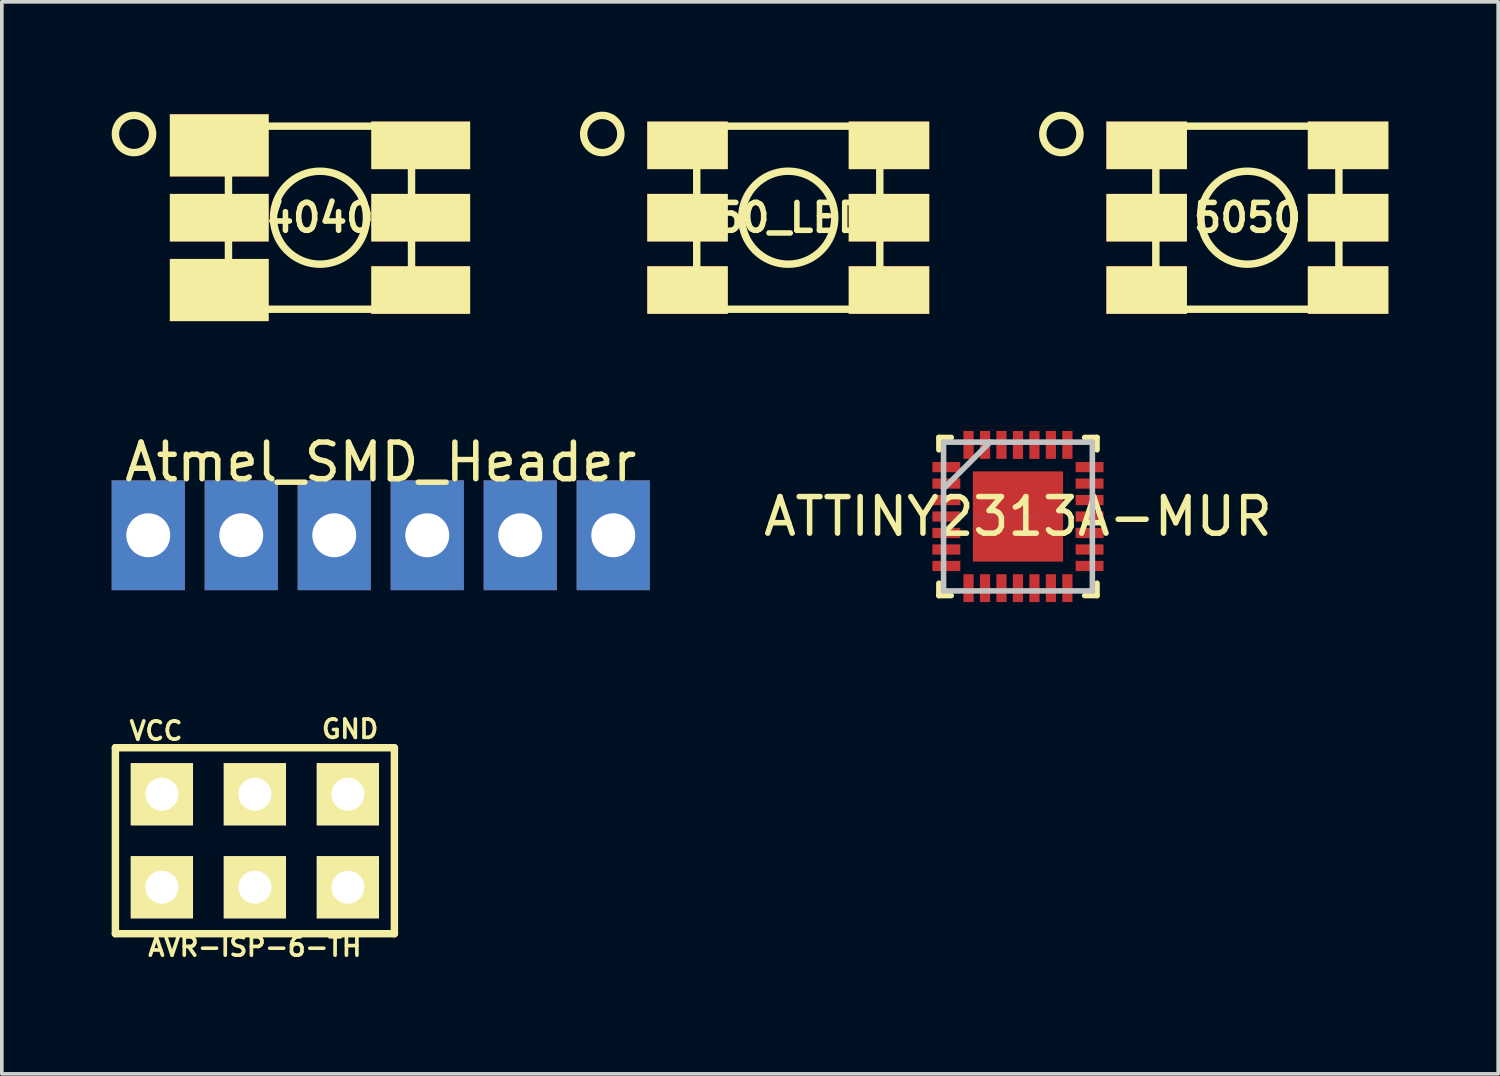
<source format=kicad_pcb>
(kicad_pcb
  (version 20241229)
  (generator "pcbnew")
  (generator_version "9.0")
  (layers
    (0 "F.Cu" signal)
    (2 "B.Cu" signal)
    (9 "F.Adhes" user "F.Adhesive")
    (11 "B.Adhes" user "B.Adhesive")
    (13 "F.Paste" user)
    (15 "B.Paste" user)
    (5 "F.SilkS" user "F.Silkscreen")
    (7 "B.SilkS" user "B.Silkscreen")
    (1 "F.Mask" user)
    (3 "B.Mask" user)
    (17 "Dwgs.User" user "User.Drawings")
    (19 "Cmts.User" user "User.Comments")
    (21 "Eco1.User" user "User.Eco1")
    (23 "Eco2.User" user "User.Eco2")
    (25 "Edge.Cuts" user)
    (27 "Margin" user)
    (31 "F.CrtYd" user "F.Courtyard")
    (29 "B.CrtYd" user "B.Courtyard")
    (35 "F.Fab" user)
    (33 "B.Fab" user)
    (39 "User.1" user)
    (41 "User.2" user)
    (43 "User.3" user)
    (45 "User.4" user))
  (footprint "4040"
    (layer "F.Cu")
    (at 5.69 2.896)
    (property "Reference" "4040" (at 0 0 0) (layer "F.SilkS") (effects (font (size 0.762 0.762) (thickness 0.152))))
    (attr smd)
    (fp_line (start -2.5 -2.5) (end -2.5 2.5) (stroke (width 0.203) (type solid)) (layer "F.SilkS"))
    (fp_line (start -2.5 -2.5) (end 2.5 -2.5) (stroke (width 0.203) (type solid)) (layer "F.SilkS"))
    (fp_line (start -2.5 2.5) (end 2.5 2.5) (stroke (width 0.203) (type solid)) (layer "F.SilkS"))
    (fp_line (start 2.5 -2.5) (end 2.5 2.5) (stroke (width 0.203) (type solid)) (layer "F.SilkS"))
    (fp_circle (center -5.08 -2.286) (end -4.572 -2.286) (stroke (width 0.203) (type solid)) (fill no) (layer "F.SilkS"))
    (fp_circle (center 0 0) (end 0 -1.27) (stroke (width 0.203) (type solid)) (fill no) (layer "F.SilkS"))
    (pad "1" smd rect (at -2.751 -1.976) (size 2.7 1.699) (layers "F.Cu" "F.Mask" "F.SilkS" "F.Paste"))
    (pad "2" smd rect (at -2.751 0) (size 2.7 1.3) (layers "F.Cu" "F.Mask" "F.SilkS" "F.Paste"))
    (pad "3" smd rect (at -2.751 1.976) (size 2.7 1.699) (layers "F.Cu" "F.Mask" "F.SilkS" "F.Paste"))
    (pad "4" smd rect (at 2.751 1.976) (size 2.7 1.3) (layers "F.Cu" "F.Mask" "F.SilkS" "F.Paste"))
    (pad "5" smd rect (at 2.751 0) (size 2.7 1.3) (layers "F.Cu" "F.Mask" "F.SilkS" "F.Paste"))
    (pad "6" smd rect (at 2.751 -1.976) (size 2.7 1.3) (layers "F.Cu" "F.Mask" "F.SilkS" "F.Paste")))
  (footprint "AVR-ISP-6-TH"
    (layer "F.Cu")
    (at 3.912 19.913)
    (property "Reference" "AVR-ISP-6-TH" (at 0 2.9 0) (layer "F.SilkS") (effects (font (size 0.5 0.5) (thickness 0.1))))
    (attr through_hole)
    (fp_line (start -3.81 -2.54) (end 3.81 -2.54) (stroke (width 0.203) (type solid)) (layer "F.SilkS"))
    (fp_line (start -3.81 2.54) (end -3.81 -2.54) (stroke (width 0.203) (type solid)) (layer "F.SilkS"))
    (fp_line (start 3.81 -2.54) (end 3.81 2.54) (stroke (width 0.203) (type solid)) (layer "F.SilkS"))
    (fp_line (start 3.81 2.54) (end -3.81 2.54) (stroke (width 0.203) (type solid)) (layer "F.SilkS"))
    (fp_text user "GND" (at 2.6 -3.05 0) (layer "F.SilkS") (effects (font (size 0.5 0.5) (thickness 0.1))))
    (fp_text user "VCC" (at -2.7 -3 0) (layer "F.SilkS") (effects (font (size 0.5 0.5) (thickness 0.1))))
    (pad "1" thru_hole rect (at -2.54 1.27) (size 1.7 1.7) (drill 0.9) (layers "*.Cu" "*.Mask" "F.SilkS"))
    (pad "2" thru_hole rect (at -2.54 -1.27) (size 1.7 1.7) (drill 0.9) (layers "*.Cu" "*.Mask" "F.SilkS"))
    (pad "3" thru_hole rect (at 0 1.27) (size 1.7 1.7) (drill 0.9) (layers "*.Cu" "*.Mask" "F.SilkS"))
    (pad "4" thru_hole rect (at 0 -1.27) (size 1.7 1.7) (drill 0.9) (layers "*.Cu" "*.Mask" "F.SilkS"))
    (pad "5" thru_hole rect (at 2.54 1.27) (size 1.7 1.7) (drill 0.9) (layers "*.Cu" "*.Mask" "F.SilkS"))
    (pad "6" thru_hole rect (at 2.54 -1.27) (size 1.7 1.7) (drill 0.9) (layers "*.Cu" "*.Mask" "F.SilkS")))
  (footprint "Atmel_SMD_Header"
    (layer "F.Cu")
    (at 7.35 11.57)
    (property "Reference" "Atmel_SMD_Header" (at 0 -2 0) (layer "F.SilkS") (effects (font (size 1 1) (thickness 0.15))))
    (attr through_hole)
    (pad "1" thru_hole rect (at -6.35 0) (size 2 3) (drill 1.2) (layers "*.Cu" "*.Mask"))
    (pad "2" thru_hole rect (at -3.81 0) (size 2 3) (drill 1.2) (layers "*.Cu" "*.Mask"))
    (pad "3" thru_hole rect (at -1.27 0) (size 2 3) (drill 1.2) (layers "*.Cu" "*.Mask"))
    (pad "4" thru_hole rect (at 1.27 0) (size 2 3) (drill 1.2) (layers "*.Cu" "*.Mask"))
    (pad "5" thru_hole rect (at 3.81 0) (size 2 3) (drill 1.2) (layers "*.Cu" "*.Mask"))
    (pad "6" thru_hole rect (at 6.35 0) (size 2 3) (drill 1.2) (layers "*.Cu" "*.Mask")))
  (footprint "5050_LED_6"
    (layer "F.Cu")
    (at 18.48 2.896)
    (property "Reference" "5050_LED_6" (at 0 0 0) (layer "F.SilkS") (effects (font (size 0.762 0.762) (thickness 0.152))))
    (attr smd)
    (fp_line (start -2.5 -2.5) (end -2.5 2.5) (stroke (width 0.203) (type solid)) (layer "F.SilkS"))
    (fp_line (start -2.5 -2.5) (end 2.5 -2.5) (stroke (width 0.203) (type solid)) (layer "F.SilkS"))
    (fp_line (start -2.5 2.5) (end 2.5 2.5) (stroke (width 0.203) (type solid)) (layer "F.SilkS"))
    (fp_line (start 2.5 -2.5) (end 2.5 2.5) (stroke (width 0.203) (type solid)) (layer "F.SilkS"))
    (fp_circle (center -5.08 -2.286) (end -4.572 -2.286) (stroke (width 0.203) (type solid)) (fill no) (layer "F.SilkS"))
    (fp_circle (center 0 0) (end 0 -1.27) (stroke (width 0.203) (type solid)) (fill no) (layer "F.SilkS"))
    (pad "1" smd rect (at -2.751 -1.976) (size 2.2 1.3) (layers "F.Cu" "F.Mask" "F.SilkS" "F.Paste"))
    (pad "2" smd rect (at -2.751 0) (size 2.2 1.3) (layers "F.Cu" "F.Mask" "F.SilkS" "F.Paste"))
    (pad "3" smd rect (at -2.751 1.976) (size 2.2 1.3) (layers "F.Cu" "F.Mask" "F.SilkS" "F.Paste"))
    (pad "4" smd rect (at 2.751 1.976) (size 2.2 1.3) (layers "F.Cu" "F.Mask" "F.SilkS" "F.Paste"))
    (pad "5" smd rect (at 2.751 0) (size 2.2 1.3) (layers "F.Cu" "F.Mask" "F.SilkS" "F.Paste"))
    (pad "6" smd rect (at 2.751 -1.976) (size 2.2 1.3) (layers "F.Cu" "F.Mask" "F.SilkS" "F.Paste")))
  (footprint "5050"
    (layer "F.Cu")
    (at 31.02 2.896)
    (property "Reference" "5050" (at 0 0 0) (layer "F.SilkS") (effects (font (size 0.762 0.762) (thickness 0.152))))
    (attr smd)
    (fp_line (start -2.5 -2.5) (end -2.5 2.5) (stroke (width 0.203) (type solid)) (layer "F.SilkS"))
    (fp_line (start -2.5 -2.5) (end 2.5 -2.5) (stroke (width 0.203) (type solid)) (layer "F.SilkS"))
    (fp_line (start -2.5 2.5) (end 2.5 2.5) (stroke (width 0.203) (type solid)) (layer "F.SilkS"))
    (fp_line (start 2.5 -2.5) (end 2.5 2.5) (stroke (width 0.203) (type solid)) (layer "F.SilkS"))
    (fp_circle (center -5.08 -2.286) (end -4.572 -2.286) (stroke (width 0.203) (type solid)) (fill no) (layer "F.SilkS"))
    (fp_circle (center 0 0) (end 0 -1.27) (stroke (width 0.203) (type solid)) (fill no) (layer "F.SilkS"))
    (pad "1" smd rect (at -2.751 -1.976) (size 2.2 1.3) (layers "F.Cu" "F.Mask" "F.SilkS" "F.Paste"))
    (pad "2" smd rect (at -2.751 0) (size 2.2 1.3) (layers "F.Cu" "F.Mask" "F.SilkS" "F.Paste"))
    (pad "3" smd rect (at -2.751 1.976) (size 2.2 1.3) (layers "F.Cu" "F.Mask" "F.SilkS" "F.Paste"))
    (pad "4" smd rect (at 2.751 1.976) (size 2.2 1.3) (layers "F.Cu" "F.Mask" "F.SilkS" "F.Paste"))
    (pad "5" smd rect (at 2.751 0) (size 2.2 1.3) (layers "F.Cu" "F.Mask" "F.SilkS" "F.Paste"))
    (pad "6" smd rect (at 2.751 -1.976) (size 2.2 1.3) (layers "F.Cu" "F.Mask" "F.SilkS" "F.Paste")))
  (footprint "ATTINY2313A-MUR"
    (layer "F.Cu")
    (at 24.754 11.058)
    (property "Reference" "ATTINY2313A-MUR" (at 0 0 0) (layer "F.SilkS") (effects (font (size 1 1) (thickness 0.15))))
    (attr through_hole)
    (fp_line (start -2.159 -2.159) (end -2.159 -1.822) (stroke (width 0.152) (type solid)) (layer "F.SilkS"))
    (fp_line (start -2.159 1.822) (end -2.159 2.159) (stroke (width 0.152) (type solid)) (layer "F.SilkS"))
    (fp_line (start -2.159 2.159) (end -1.822 2.159) (stroke (width 0.152) (type solid)) (layer "F.SilkS"))
    (fp_line (start -1.822 -2.159) (end -2.159 -2.159) (stroke (width 0.152) (type solid)) (layer "F.SilkS"))
    (fp_line (start 1.822 2.159) (end 2.159 2.159) (stroke (width 0.152) (type solid)) (layer "F.SilkS"))
    (fp_line (start 2.159 -2.159) (end 1.822 -2.159) (stroke (width 0.152) (type solid)) (layer "F.SilkS"))
    (fp_line (start 2.159 -1.822) (end 2.159 -2.159) (stroke (width 0.152) (type solid)) (layer "F.SilkS"))
    (fp_line (start 2.159 2.159) (end 2.159 1.822) (stroke (width 0.152) (type solid)) (layer "F.SilkS"))
    (fp_line (start -2.032 -2.032) (end -2.032 2.032) (stroke (width 0.152) (type solid)) (layer "Dwgs.User"))
    (fp_line (start -2.032 -0.762) (end -0.762 -2.032) (stroke (width 0.152) (type solid)) (layer "Dwgs.User"))
    (fp_line (start -2.032 2.032) (end 2.032 2.032) (stroke (width 0.152) (type solid)) (layer "Dwgs.User"))
    (fp_line (start 2.032 -2.032) (end -2.032 -2.032) (stroke (width 0.152) (type solid)) (layer "Dwgs.User"))
    (fp_line (start 2.032 2.032) (end 2.032 -2.032) (stroke (width 0.152) (type solid)) (layer "Dwgs.User"))
    (fp_text user "Copyright 2016 Accelerated Designs. All rights reserved." (at 0 0 0) (layer "Cmts.User") (effects (font (size 0.127 0.127) (thickness 0.002))))
    (pad "1" smd rect (at -1.956 -1.35 90) (size 0.279 0.762) (layers "F.Cu" "F.Mask" "F.Paste"))
    (pad "2" smd rect (at -1.956 -0.9 90) (size 0.279 0.762) (layers "F.Cu" "F.Mask" "F.Paste"))
    (pad "3" smd rect (at -1.956 -0.45 90) (size 0.279 0.762) (layers "F.Cu" "F.Mask" "F.Paste"))
    (pad "4" smd rect (at -1.956 0 90) (size 0.279 0.762) (layers "F.Cu" "F.Mask" "F.Paste"))
    (pad "5" smd rect (at -1.956 0.45 90) (size 0.279 0.762) (layers "F.Cu" "F.Mask" "F.Paste"))
    (pad "6" smd rect (at -1.956 0.9 90) (size 0.279 0.762) (layers "F.Cu" "F.Mask" "F.Paste"))
    (pad "7" smd rect (at -1.956 1.35 90) (size 0.279 0.762) (layers "F.Cu" "F.Mask" "F.Paste"))
    (pad "8" smd rect (at -1.35 1.956) (size 0.279 0.762) (layers "F.Cu" "F.Mask" "F.Paste"))
    (pad "9" smd rect (at -0.9 1.956) (size 0.279 0.762) (layers "F.Cu" "F.Mask" "F.Paste"))
    (pad "10" smd rect (at -0.45 1.956) (size 0.279 0.762) (layers "F.Cu" "F.Mask" "F.Paste"))
    (pad "11" smd rect (at 0 1.956) (size 0.279 0.762) (layers "F.Cu" "F.Mask" "F.Paste"))
    (pad "12" smd rect (at 0.45 1.956) (size 0.279 0.762) (layers "F.Cu" "F.Mask" "F.Paste"))
    (pad "13" smd rect (at 0.9 1.956) (size 0.279 0.762) (layers "F.Cu" "F.Mask" "F.Paste"))
    (pad "14" smd rect (at 1.35 1.956) (size 0.279 0.762) (layers "F.Cu" "F.Mask" "F.Paste"))
    (pad "15" smd rect (at 1.956 1.35 90) (size 0.279 0.762) (layers "F.Cu" "F.Mask" "F.Paste"))
    (pad "16" smd rect (at 1.956 0.9 90) (size 0.279 0.762) (layers "F.Cu" "F.Mask" "F.Paste"))
    (pad "17" smd rect (at 1.956 0.45 90) (size 0.279 0.762) (layers "F.Cu" "F.Mask" "F.Paste"))
    (pad "18" smd rect (at 1.956 0 90) (size 0.279 0.762) (layers "F.Cu" "F.Mask" "F.Paste"))
    (pad "19" smd rect (at 1.956 -0.45 90) (size 0.279 0.762) (layers "F.Cu" "F.Mask" "F.Paste"))
    (pad "20" smd rect (at 1.956 -0.9 90) (size 0.279 0.762) (layers "F.Cu" "F.Mask" "F.Paste"))
    (pad "21" smd rect (at 1.956 -1.35 90) (size 0.279 0.762) (layers "F.Cu" "F.Mask" "F.Paste"))
    (pad "22" smd rect (at 1.35 -1.956) (size 0.279 0.762) (layers "F.Cu" "F.Mask" "F.Paste"))
    (pad "23" smd rect (at 0.9 -1.956) (size 0.279 0.762) (layers "F.Cu" "F.Mask" "F.Paste"))
    (pad "24" smd rect (at 0.45 -1.956) (size 0.279 0.762) (layers "F.Cu" "F.Mask" "F.Paste"))
    (pad "25" smd rect (at 0 -1.956) (size 0.279 0.762) (layers "F.Cu" "F.Mask" "F.Paste"))
    (pad "26" smd rect (at -0.45 -1.956) (size 0.279 0.762) (layers "F.Cu" "F.Mask" "F.Paste"))
    (pad "27" smd rect (at -0.9 -1.956) (size 0.279 0.762) (layers "F.Cu" "F.Mask" "F.Paste"))
    (pad "28" smd rect (at -1.35 -1.956) (size 0.279 0.762) (layers "F.Cu" "F.Mask" "F.Paste"))
    (pad "29" smd rect (at 0 0) (size 2.464 2.464) (layers "F.Cu" "F.Mask" "F.Paste")))
  (gr_rect
    (start -3 -3)
    (end 37.871 26.281)
    (stroke (width 0.1) (type default))
    (fill no)
    (layer "Edge.Cuts")))
</source>
